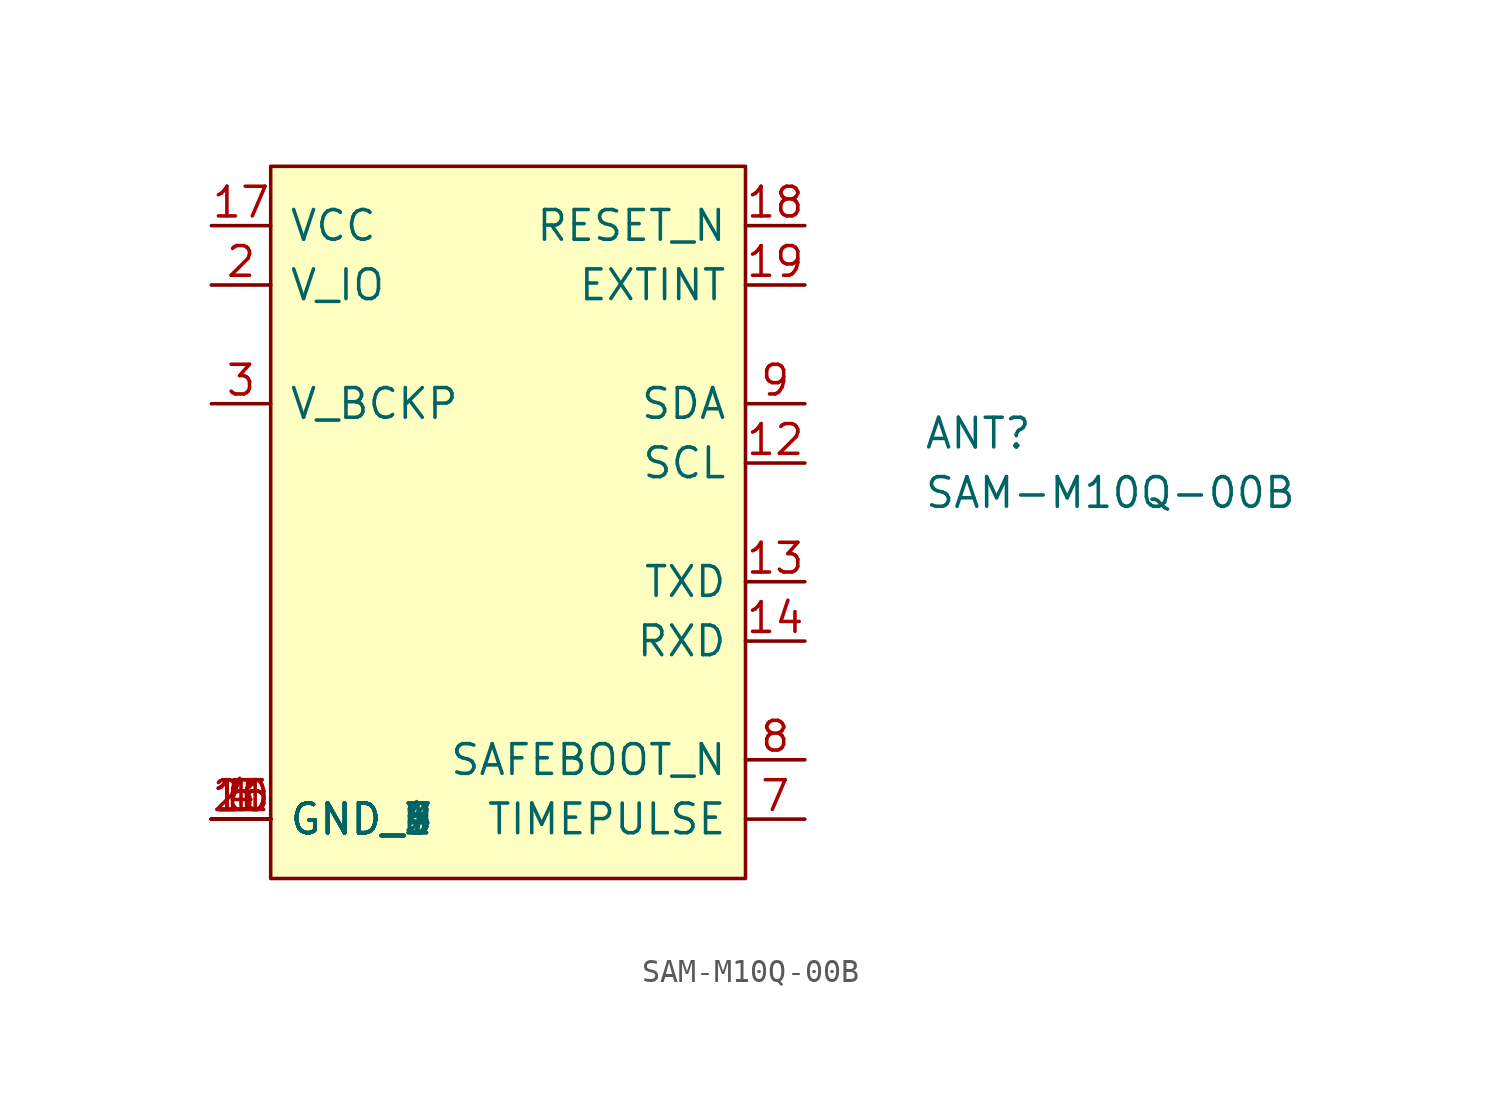
<source format=kicad_sym>
(kicad_symbol_lib
  (version 20211014)
  (generator kicad_symbol_editor)
  (symbol "SAM-M10Q-00B"
    (pin_names
      (offset 0.762))
    (property "Reference" "ANT"
      (at 17.78 3.81 0)
      (effects (font (size 1.27 1.27)) (justify left)))
    (property "Value" "SAM-M10Q-00B"
      (at 17.78 1.27 0)
      (effects (font (size 1.27 1.27)) (justify left)))
    (symbol "SAM-M10Q-00B_0_0"
      (pin passive line (at -12.7 -12.7 0) (length 2.54) (name "GND_1" (effects (font (size 1.27 1.27)))) (number "1" (effects (font (size 1.27 1.27)))))
      (pin passive line (at -12.7 -12.7 0) (length 2.54) (name "GND_5" (effects (font (size 1.27 1.27)))) (number "10" (effects (font (size 1.27 1.27)))))
      (pin passive line (at -12.7 -12.7 0) (length 2.54) (name "GND_6" (effects (font (size 1.27 1.27)))) (number "11" (effects (font (size 1.27 1.27)))))
      (pin passive line (at 12.7 2.54 180) (length 2.54) (name "SCL" (effects (font (size 1.27 1.27)))) (number "12" (effects (font (size 1.27 1.27)))))
      (pin passive line (at 12.7 -2.54 180) (length 2.54) (name "TXD" (effects (font (size 1.27 1.27)))) (number "13" (effects (font (size 1.27 1.27)))))
      (pin passive line (at 12.7 -5.08 180) (length 2.54) (name "RXD" (effects (font (size 1.27 1.27)))) (number "14" (effects (font (size 1.27 1.27)))))
      (pin passive line (at -12.7 -12.7 0) (length 2.54) (name "GND_7" (effects (font (size 1.27 1.27)))) (number "15" (effects (font (size 1.27 1.27)))))
      (pin passive line (at -12.7 -12.7 0) (length 2.54) (name "GND_8" (effects (font (size 1.27 1.27)))) (number "16" (effects (font (size 1.27 1.27)))))
      (pin passive line (at -12.7 12.7 0) (length 2.54) (name "VCC" (effects (font (size 1.27 1.27)))) (number "17" (effects (font (size 1.27 1.27)))))
      (pin passive line (at 12.7 12.7 180) (length 2.54) (name "RESET_N" (effects (font (size 1.27 1.27)))) (number "18" (effects (font (size 1.27 1.27)))))
      (pin passive line (at 12.7 10.16 180) (length 2.54) (name "EXTINT" (effects (font (size 1.27 1.27)))) (number "19" (effects (font (size 1.27 1.27)))))
      (pin passive line (at -12.7 10.16 0) (length 2.54) (name "V_IO" (effects (font (size 1.27 1.27)))) (number "2" (effects (font (size 1.27 1.27)))))
      (pin passive line (at -12.7 -12.7 0) (length 2.54) (name "GND_9" (effects (font (size 1.27 1.27)))) (number "20" (effects (font (size 1.27 1.27)))))
      (pin passive line (at -12.7 5.08 0) (length 2.54) (name "V_BCKP" (effects (font (size 1.27 1.27)))) (number "3" (effects (font (size 1.27 1.27)))))
      (pin passive line (at -12.7 -12.7 0) (length 2.54) (name "GND_2" (effects (font (size 1.27 1.27)))) (number "4" (effects (font (size 1.27 1.27)))))
      (pin passive line (at -12.7 -12.7 0) (length 2.54) (name "GND_3" (effects (font (size 1.27 1.27)))) (number "5" (effects (font (size 1.27 1.27)))))
      (pin passive line (at -12.7 -12.7 0) (length 2.54) (name "GND_4" (effects (font (size 1.27 1.27)))) (number "6" (effects (font (size 1.27 1.27)))))
      (pin passive line (at 12.7 -12.7 180) (length 2.54) (name "TIMEPULSE" (effects (font (size 1.27 1.27)))) (number "7" (effects (font (size 1.27 1.27)))))
      (pin passive line (at 12.7 -10.16 180) (length 2.54) (name "SAFEBOOT_N" (effects (font (size 1.27 1.27)))) (number "8" (effects (font (size 1.27 1.27)))))
      (pin passive line (at 12.7 5.08 180) (length 2.54) (name "SDA" (effects (font (size 1.27 1.27)))) (number "9" (effects (font (size 1.27 1.27))))))
    (symbol "SAM-M10Q-00B_0_1"
      (rectangle (start -10.16 -15.24) (end 10.16 15.24) (stroke (width 0.152) (type default) (color 0 0 0 0)) (fill (type background))))))
</source>
